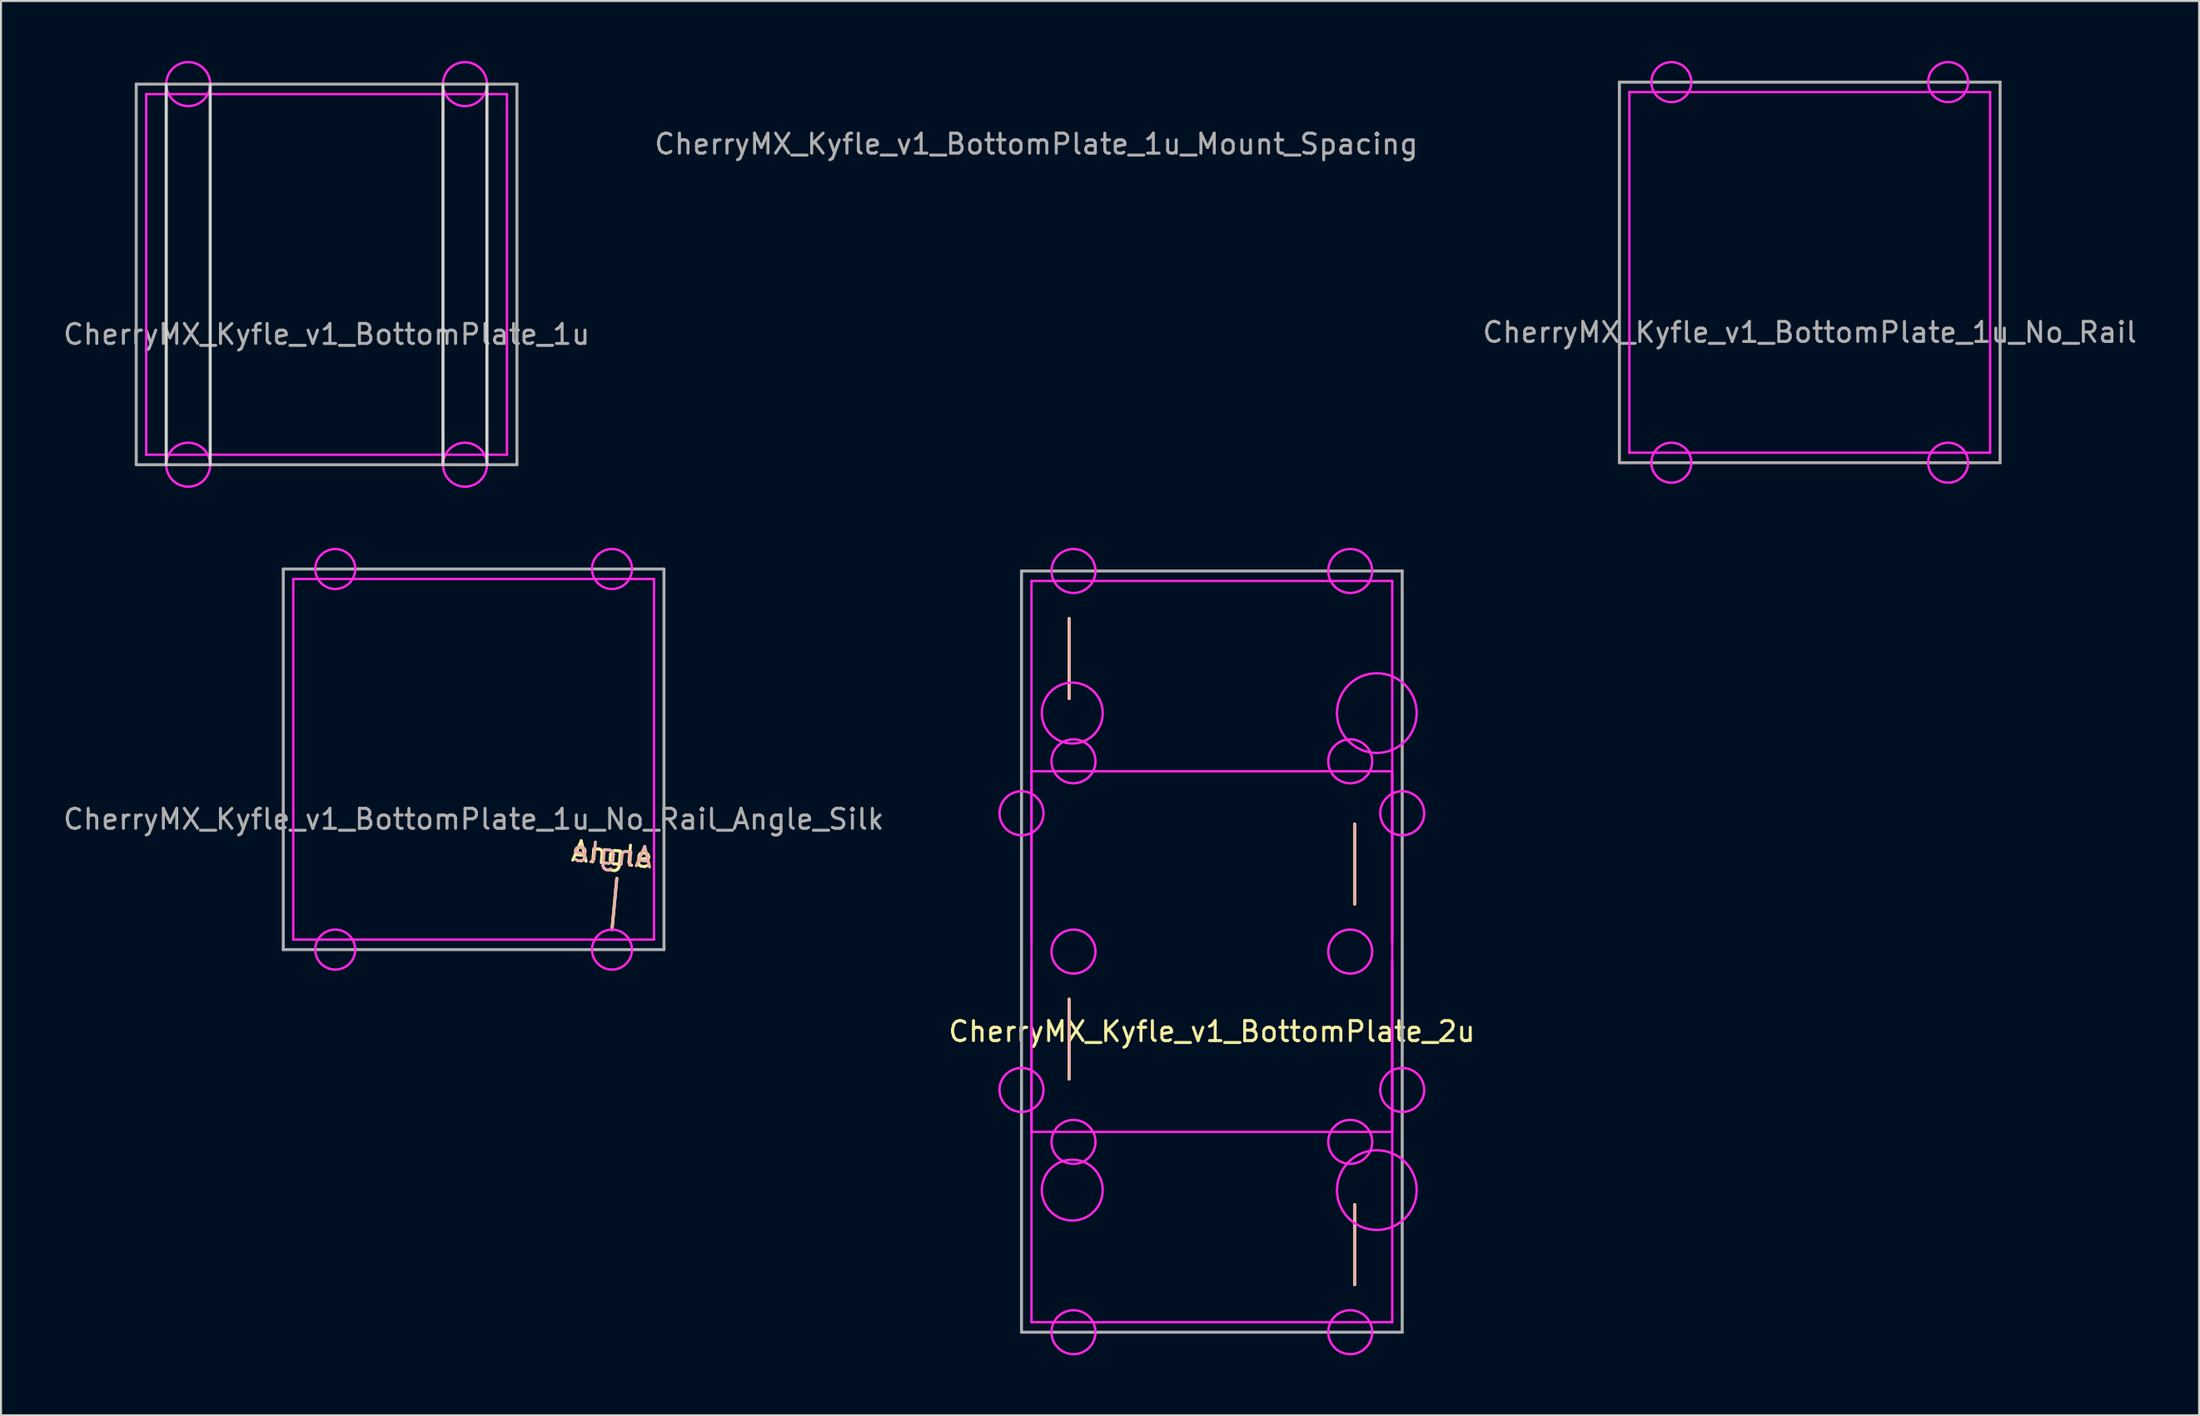
<source format=kicad_pcb>
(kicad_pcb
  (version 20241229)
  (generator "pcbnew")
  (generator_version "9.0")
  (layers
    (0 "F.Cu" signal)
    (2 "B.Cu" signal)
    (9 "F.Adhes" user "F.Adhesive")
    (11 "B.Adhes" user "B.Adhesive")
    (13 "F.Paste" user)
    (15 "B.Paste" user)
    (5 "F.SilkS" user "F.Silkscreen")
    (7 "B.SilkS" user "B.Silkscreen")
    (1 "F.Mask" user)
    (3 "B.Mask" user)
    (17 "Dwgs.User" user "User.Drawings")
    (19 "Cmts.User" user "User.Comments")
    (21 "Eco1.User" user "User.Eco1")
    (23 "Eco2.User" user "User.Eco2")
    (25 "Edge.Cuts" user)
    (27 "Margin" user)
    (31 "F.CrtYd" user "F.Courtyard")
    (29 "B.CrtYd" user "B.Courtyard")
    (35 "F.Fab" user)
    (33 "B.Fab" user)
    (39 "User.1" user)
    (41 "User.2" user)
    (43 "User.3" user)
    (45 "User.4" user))
  (footprint "CherryMX_Kyfle_v1_BottomPlate_1u"
    (layer "F.Cu")
    (at 13.292 10.685)
    (property "Reference" "CherryMX_Kyfle_v1_BottomPlate_1u" (at 0 3 0) (layer "F.Fab") (effects (font (size 1 1) (thickness 0.15))))
    (attr through_hole)
    (fp_circle (center -6.924 -9.525) (end -5.824 -9.525) (stroke (width 0.12) (type solid)) (fill no) (layer "Eco2.User"))
    (fp_circle (center -6.924 9.525) (end -5.824 9.525) (stroke (width 0.12) (type solid)) (fill no) (layer "Eco2.User"))
    (fp_circle (center 6.924 -9.525) (end 8.024 -9.525) (stroke (width 0.12) (type solid)) (fill no) (layer "Eco2.User"))
    (fp_circle (center 6.924 9.525) (end 8.024 9.525) (stroke (width 0.12) (type solid)) (fill no) (layer "Eco2.User"))
    (fp_line (start -8.024 -9.525) (end -8.024 9.525) (stroke (width 0.153) (type solid)) (layer "Edge.Cuts"))
    (fp_line (start -5.824 -9.525) (end -5.824 9.525) (stroke (width 0.153) (type solid)) (layer "Edge.Cuts"))
    (fp_line (start 5.824 -9.525) (end 5.824 9.525) (stroke (width 0.153) (type solid)) (layer "Edge.Cuts"))
    (fp_line (start 8.024 -9.525) (end 8.024 9.525) (stroke (width 0.153) (type solid)) (layer "Edge.Cuts"))
    (fp_line (start -9.025 -9.025) (end 9.025 -9.025) (stroke (width 0.12) (type solid)) (layer "F.CrtYd"))
    (fp_line (start -9.025 9.025) (end -9.025 -9.025) (stroke (width 0.12) (type solid)) (layer "F.CrtYd"))
    (fp_line (start 9.025 -9.025) (end 9.025 9.025) (stroke (width 0.12) (type solid)) (layer "F.CrtYd"))
    (fp_line (start 9.025 9.025) (end -9.025 9.025) (stroke (width 0.12) (type solid)) (layer "F.CrtYd"))
    (fp_circle (center -6.924 -9.525) (end -5.824 -9.525) (stroke (width 0.12) (type solid)) (fill no) (layer "F.CrtYd"))
    (fp_circle (center -6.924 9.525) (end -5.824 9.525) (stroke (width 0.12) (type solid)) (fill no) (layer "F.CrtYd"))
    (fp_circle (center 6.924 -9.525) (end 8.024 -9.525) (stroke (width 0.12) (type solid)) (fill no) (layer "F.CrtYd"))
    (fp_circle (center 6.924 9.525) (end 8.024 9.525) (stroke (width 0.12) (type solid)) (fill no) (layer "F.CrtYd"))
    (fp_line (start -9.525 -9.525) (end -9.525 9.525) (stroke (width 0.15) (type solid)) (layer "F.Fab"))
    (fp_line (start -9.525 9.525) (end 9.525 9.525) (stroke (width 0.15) (type solid)) (layer "F.Fab"))
    (fp_line (start 9.525 -9.525) (end -9.525 -9.525) (stroke (width 0.15) (type solid)) (layer "F.Fab"))
    (fp_line (start 9.525 9.525) (end 9.525 -9.525) (stroke (width 0.15) (type solid)) (layer "F.Fab")))
  (footprint "CherryMX_Kyfle_v1_BottomPlate_1u_No_Rail"
    (layer "F.Cu")
    (at 87.506 10.585)
    (property "Reference" "CherryMX_Kyfle_v1_BottomPlate_1u_No_Rail" (at 0 3 0) (layer "F.Fab") (effects (font (size 1 1) (thickness 0.15))))
    (attr through_hole)
    (fp_circle (center -6.924 -9.525) (end -5.924 -9.525) (stroke (width 0.12) (type solid)) (fill no) (layer "Eco2.User"))
    (fp_circle (center -6.924 9.525) (end -5.924 9.525) (stroke (width 0.12) (type solid)) (fill no) (layer "Eco2.User"))
    (fp_circle (center 6.924 -9.525) (end 7.924 -9.525) (stroke (width 0.12) (type solid)) (fill no) (layer "Eco2.User"))
    (fp_circle (center 6.924 9.525) (end 7.924 9.525) (stroke (width 0.12) (type solid)) (fill no) (layer "Eco2.User"))
    (fp_line (start -9.025 -9.025) (end 9.025 -9.025) (stroke (width 0.12) (type solid)) (layer "F.CrtYd"))
    (fp_line (start -9.025 9.025) (end -9.025 -9.025) (stroke (width 0.12) (type solid)) (layer "F.CrtYd"))
    (fp_line (start 9.025 -9.025) (end 9.025 9.025) (stroke (width 0.12) (type solid)) (layer "F.CrtYd"))
    (fp_line (start 9.025 9.025) (end -9.025 9.025) (stroke (width 0.12) (type solid)) (layer "F.CrtYd"))
    (fp_circle (center -6.924 -9.525) (end -5.924 -9.525) (stroke (width 0.12) (type solid)) (fill no) (layer "F.CrtYd"))
    (fp_circle (center -6.924 9.525) (end -5.924 9.525) (stroke (width 0.12) (type solid)) (fill no) (layer "F.CrtYd"))
    (fp_circle (center 6.924 -9.525) (end 7.924 -9.525) (stroke (width 0.12) (type solid)) (fill no) (layer "F.CrtYd"))
    (fp_circle (center 6.924 9.525) (end 7.924 9.525) (stroke (width 0.12) (type solid)) (fill no) (layer "F.CrtYd"))
    (fp_line (start -9.525 -9.525) (end -9.525 9.525) (stroke (width 0.15) (type solid)) (layer "F.Fab"))
    (fp_line (start -9.525 9.525) (end 9.525 9.525) (stroke (width 0.15) (type solid)) (layer "F.Fab"))
    (fp_line (start 9.525 -9.525) (end -9.525 -9.525) (stroke (width 0.15) (type solid)) (layer "F.Fab"))
    (fp_line (start 9.525 9.525) (end 9.525 -9.525) (stroke (width 0.15) (type solid)) (layer "F.Fab")))
  (footprint "CherryMX_Kyfle_v1_BottomPlate_2u"
    (layer "F.Cu")
    (at 57.589 44.58)
    (property "Reference" "CherryMX_Kyfle_v1_BottomPlate_2u" (at 0 4 0) (layer "F.SilkS") (effects (font (size 1 1) (thickness 0.15))))
    (attr through_hole)
    (fp_line (start -7.144 -16.669) (end -7.144 -12.669) (stroke (width 0.153) (type solid)) (layer "F.SilkS"))
    (fp_line (start -7.144 2.381) (end -7.144 6.381) (stroke (width 0.153) (type solid)) (layer "F.SilkS"))
    (fp_line (start 7.144 -2.381) (end 7.144 -6.381) (stroke (width 0.153) (type solid)) (layer "F.SilkS"))
    (fp_line (start 7.144 16.669) (end 7.144 12.669) (stroke (width 0.153) (type solid)) (layer "F.SilkS"))
    (fp_line (start -7.144 -16.669) (end -7.144 -12.669) (stroke (width 0.153) (type solid)) (layer "B.SilkS"))
    (fp_line (start -7.144 2.381) (end -7.144 6.381) (stroke (width 0.153) (type solid)) (layer "B.SilkS"))
    (fp_line (start 7.144 -2.381) (end 7.144 -6.381) (stroke (width 0.153) (type solid)) (layer "B.SilkS"))
    (fp_line (start 7.144 16.669) (end 7.144 12.669) (stroke (width 0.153) (type solid)) (layer "B.SilkS"))
    (fp_circle (center -9.525 -6.924) (end -8.425 -6.924) (stroke (width 0.12) (type solid)) (fill no) (layer "Eco2.User"))
    (fp_circle (center -9.525 6.924) (end -8.425 6.924) (stroke (width 0.12) (type solid)) (fill no) (layer "Eco2.User"))
    (fp_circle (center -6.924 -19.05) (end -5.824 -19.05) (stroke (width 0.12) (type solid)) (fill no) (layer "Eco2.User"))
    (fp_circle (center -6.924 -9.525) (end -5.824 -9.525) (stroke (width 0.12) (type solid)) (fill no) (layer "Eco2.User"))
    (fp_circle (center -6.924 0) (end -5.824 0) (stroke (width 0.12) (type solid)) (fill no) (layer "Eco2.User"))
    (fp_circle (center -6.924 9.525) (end -5.824 9.525) (stroke (width 0.12) (type solid)) (fill no) (layer "Eco2.User"))
    (fp_circle (center -6.924 19.05) (end -5.824 19.05) (stroke (width 0.12) (type solid)) (fill no) (layer "Eco2.User"))
    (fp_circle (center 6.924 -19.05) (end 8.024 -19.05) (stroke (width 0.12) (type solid)) (fill no) (layer "Eco2.User"))
    (fp_circle (center 6.924 -9.525) (end 8.024 -9.525) (stroke (width 0.12) (type solid)) (fill no) (layer "Eco2.User"))
    (fp_circle (center 6.924 0) (end 8.024 0) (stroke (width 0.12) (type solid)) (fill no) (layer "Eco2.User"))
    (fp_circle (center 6.924 9.525) (end 8.024 9.525) (stroke (width 0.12) (type solid)) (fill no) (layer "Eco2.User"))
    (fp_circle (center 6.924 19.05) (end 8.024 19.05) (stroke (width 0.12) (type solid)) (fill no) (layer "Eco2.User"))
    (fp_circle (center 9.525 -6.924) (end 10.625 -6.924) (stroke (width 0.12) (type solid)) (fill no) (layer "Eco2.User"))
    (fp_circle (center 9.525 6.924) (end 10.625 6.924) (stroke (width 0.12) (type solid)) (fill no) (layer "Eco2.User"))
    (fp_line (start -9.025 -18.55) (end 9.025 -18.55) (stroke (width 0.12) (type solid)) (layer "F.CrtYd"))
    (fp_line (start -9.025 -9.025) (end 9.025 -9.025) (stroke (width 0.12) (type solid)) (layer "F.CrtYd"))
    (fp_line (start -9.025 -0.5) (end -9.025 -18.55) (stroke (width 0.12) (type solid)) (layer "F.CrtYd"))
    (fp_line (start -9.025 9.025) (end -9.025 -9.025) (stroke (width 0.12) (type solid)) (layer "F.CrtYd"))
    (fp_line (start -9.025 18.55) (end -9.025 0.5) (stroke (width 0.12) (type solid)) (layer "F.CrtYd"))
    (fp_line (start 9.025 -18.55) (end 9.025 -0.5) (stroke (width 0.12) (type solid)) (layer "F.CrtYd"))
    (fp_line (start 9.025 -9.025) (end 9.025 9.025) (stroke (width 0.12) (type solid)) (layer "F.CrtYd"))
    (fp_line (start 9.025 0.5) (end 9.025 18.55) (stroke (width 0.12) (type solid)) (layer "F.CrtYd"))
    (fp_line (start 9.025 9.025) (end -9.025 9.025) (stroke (width 0.12) (type solid)) (layer "F.CrtYd"))
    (fp_line (start 9.025 18.55) (end -9.025 18.55) (stroke (width 0.12) (type solid)) (layer "F.CrtYd"))
    (fp_circle (center -9.525 -6.924) (end -8.425 -6.924) (stroke (width 0.12) (type solid)) (fill no) (layer "F.CrtYd"))
    (fp_circle (center -9.525 6.924) (end -8.425 6.924) (stroke (width 0.12) (type solid)) (fill no) (layer "F.CrtYd"))
    (fp_circle (center -6.985 -11.938) (end -5.461 -11.938) (stroke (width 0.12) (type solid)) (fill no) (layer "F.CrtYd"))
    (fp_circle (center -6.985 11.938) (end -5.461 11.938) (stroke (width 0.12) (type solid)) (fill no) (layer "F.CrtYd"))
    (fp_circle (center -6.924 -19.05) (end -5.824 -19.05) (stroke (width 0.12) (type solid)) (fill no) (layer "F.CrtYd"))
    (fp_circle (center -6.924 -9.525) (end -5.824 -9.525) (stroke (width 0.12) (type solid)) (fill no) (layer "F.CrtYd"))
    (fp_circle (center -6.924 0) (end -5.824 0) (stroke (width 0.12) (type solid)) (fill no) (layer "F.CrtYd"))
    (fp_circle (center -6.924 9.525) (end -5.824 9.525) (stroke (width 0.12) (type solid)) (fill no) (layer "F.CrtYd"))
    (fp_circle (center -6.924 19.05) (end -5.824 19.05) (stroke (width 0.12) (type solid)) (fill no) (layer "F.CrtYd"))
    (fp_circle (center 6.924 -19.05) (end 8.024 -19.05) (stroke (width 0.12) (type solid)) (fill no) (layer "F.CrtYd"))
    (fp_circle (center 6.924 -9.525) (end 8.024 -9.525) (stroke (width 0.12) (type solid)) (fill no) (layer "F.CrtYd"))
    (fp_circle (center 6.924 0) (end 8.024 0) (stroke (width 0.12) (type solid)) (fill no) (layer "F.CrtYd"))
    (fp_circle (center 6.924 9.525) (end 8.024 9.525) (stroke (width 0.12) (type solid)) (fill no) (layer "F.CrtYd"))
    (fp_circle (center 6.924 19.05) (end 8.024 19.05) (stroke (width 0.12) (type solid)) (fill no) (layer "F.CrtYd"))
    (fp_circle (center 8.255 -11.938) (end 10.249 -11.938) (stroke (width 0.12) (type solid)) (fill no) (layer "F.CrtYd"))
    (fp_circle (center 8.255 11.938) (end 10.249 11.938) (stroke (width 0.12) (type solid)) (fill no) (layer "F.CrtYd"))
    (fp_circle (center 9.525 -6.924) (end 10.625 -6.924) (stroke (width 0.12) (type solid)) (fill no) (layer "F.CrtYd"))
    (fp_circle (center 9.525 6.924) (end 10.625 6.924) (stroke (width 0.12) (type solid)) (fill no) (layer "F.CrtYd"))
    (fp_line (start -9.525 -19.05) (end -9.525 19.05) (stroke (width 0.15) (type solid)) (layer "F.Fab"))
    (fp_line (start -9.525 19.05) (end 9.525 19.05) (stroke (width 0.15) (type solid)) (layer "F.Fab"))
    (fp_line (start 9.525 -19.05) (end -9.525 -19.05) (stroke (width 0.15) (type solid)) (layer "F.Fab"))
    (fp_line (start 9.525 19.05) (end 9.525 -19.05) (stroke (width 0.15) (type solid)) (layer "F.Fab")))
  (footprint "CherryMX_Kyfle_v1_BottomPlate_1u_No_Rail_Angle_Silk"
    (layer "F.Cu")
    (at 20.649 34.955)
    (property "Reference" "CherryMX_Kyfle_v1_BottomPlate_1u_No_Rail_Angle_Silk" (at 0 3 0) (layer "F.Fab") (effects (font (size 1 1) (thickness 0.15))))
    (property "Value" "Angle" (at 0 -3 0) (layer "F.Fab") (hide yes) (effects (font (size 1 1) (thickness 0.15))))
    (attr through_hole)
    (fp_line (start 6.924 8.525) (end 7.166 5.965) (stroke (width 0.153) (type solid)) (layer "F.SilkS"))
    (fp_line (start 6.924 8.525) (end 7.166 5.965) (stroke (width 0.153) (type solid)) (layer "B.SilkS"))
    (fp_circle (center -6.924 -9.525) (end -5.924 -9.525) (stroke (width 0.12) (type solid)) (fill no) (layer "Eco2.User"))
    (fp_circle (center -6.924 9.525) (end -5.924 9.525) (stroke (width 0.12) (type solid)) (fill no) (layer "Eco2.User"))
    (fp_circle (center 6.924 -9.525) (end 7.924 -9.525) (stroke (width 0.12) (type solid)) (fill no) (layer "Eco2.User"))
    (fp_circle (center 6.924 9.525) (end 7.924 9.525) (stroke (width 0.12) (type solid)) (fill no) (layer "Eco2.User"))
    (fp_line (start -9.025 -9.025) (end 9.025 -9.025) (stroke (width 0.12) (type solid)) (layer "F.CrtYd"))
    (fp_line (start -9.025 9.025) (end -9.025 -9.025) (stroke (width 0.12) (type solid)) (layer "F.CrtYd"))
    (fp_line (start 9.025 -9.025) (end 9.025 9.025) (stroke (width 0.12) (type solid)) (layer "F.CrtYd"))
    (fp_line (start 9.025 9.025) (end -9.025 9.025) (stroke (width 0.12) (type solid)) (layer "F.CrtYd"))
    (fp_circle (center -6.924 -9.525) (end -5.924 -9.525) (stroke (width 0.12) (type solid)) (fill no) (layer "F.CrtYd"))
    (fp_circle (center -6.924 9.525) (end -5.924 9.525) (stroke (width 0.12) (type solid)) (fill no) (layer "F.CrtYd"))
    (fp_circle (center 6.924 -9.525) (end 7.924 -9.525) (stroke (width 0.12) (type solid)) (fill no) (layer "F.CrtYd"))
    (fp_circle (center 6.924 9.525) (end 7.924 9.525) (stroke (width 0.12) (type solid)) (fill no) (layer "F.CrtYd"))
    (fp_line (start -9.525 -9.525) (end -9.525 9.525) (stroke (width 0.15) (type solid)) (layer "F.Fab"))
    (fp_line (start -9.525 9.525) (end 9.525 9.525) (stroke (width 0.15) (type solid)) (layer "F.Fab"))
    (fp_line (start 9.525 -9.525) (end -9.525 -9.525) (stroke (width 0.15) (type solid)) (layer "F.Fab"))
    (fp_line (start 9.525 9.525) (end 9.525 -9.525) (stroke (width 0.15) (type solid)) (layer "F.Fab"))
    (fp_text user "${VALUE}" (at 6.924 4.763 354.9) (layer "F.SilkS") (effects (font (size 1 1) (thickness 0.15))))
    (fp_text user "${VALUE}" (at 6.924 4.763 354.9) (layer "B.SilkS") (effects (font (size 1 1) (thickness 0.15)) (justify mirror))))
  (footprint "CherryMX_Kyfle_v1_BottomPlate_1u_Mount_Spacing"
    (layer "F.Cu")
    (at 48.804 1.16)
    (property "Reference" "CherryMX_Kyfle_v1_BottomPlate_1u_Mount_Spacing" (at 0 3 0) (layer "F.Fab") (effects (font (size 1 1) (thickness 0.15))))
    (attr through_hole)
    (fp_circle (center 0 0) (end 1.1 0) (stroke (width 0.12) (type solid)) (fill no) (layer "Eco2.User"))
    (fp_circle (center 13.848 19.05) (end 14.947 19.05) (stroke (width 0.12) (type solid)) (fill no) (layer "Eco2.User")))
  (gr_rect
    (start -3 -3)
    (end 106.988 67.79)
    (stroke (width 0.1) (type default))
    (fill no)
    (layer "Edge.Cuts")))
</source>
